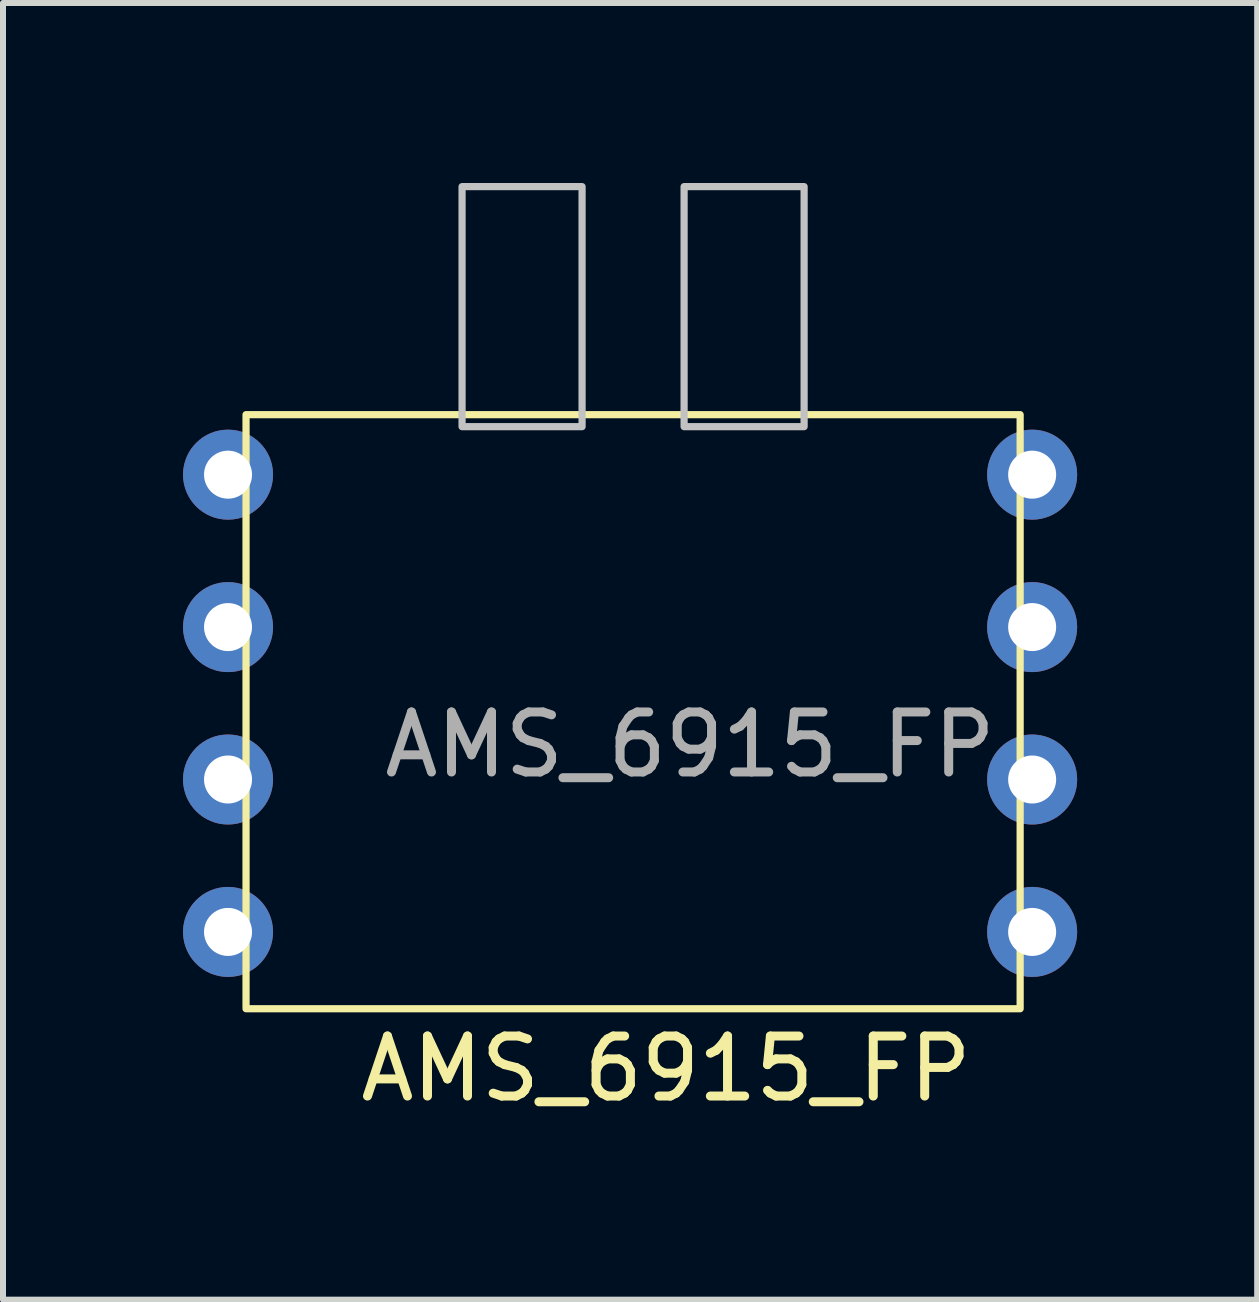
<source format=kicad_pcb>
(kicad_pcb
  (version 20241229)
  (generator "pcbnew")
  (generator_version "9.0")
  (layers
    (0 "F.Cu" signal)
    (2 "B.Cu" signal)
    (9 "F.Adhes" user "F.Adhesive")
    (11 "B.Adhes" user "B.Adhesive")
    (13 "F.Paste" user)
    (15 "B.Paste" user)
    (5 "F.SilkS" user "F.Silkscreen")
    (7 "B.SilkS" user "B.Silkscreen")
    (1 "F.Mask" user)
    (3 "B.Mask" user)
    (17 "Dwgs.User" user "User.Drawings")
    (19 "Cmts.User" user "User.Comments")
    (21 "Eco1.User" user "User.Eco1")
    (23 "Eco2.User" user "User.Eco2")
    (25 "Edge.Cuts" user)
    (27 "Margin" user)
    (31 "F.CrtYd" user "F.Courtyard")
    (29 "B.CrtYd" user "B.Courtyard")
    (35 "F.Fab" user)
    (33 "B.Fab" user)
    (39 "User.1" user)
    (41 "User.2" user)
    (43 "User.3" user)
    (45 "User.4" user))
  (footprint "AMS_6915_FP"
    (layer "F.Cu")
    (at 5.15 6.76)
    (property "Reference" "AMS_6915_FP" (at 2.9 8 0) (unlocked yes) (layer "F.SilkS") (effects (font (size 1 1) (thickness 0.15))))
    (attr through_hole)
    (fp_rect (start -4.1 -2.9) (end 8.8 7) (stroke (width 0.12) (type solid)) (fill no) (layer "F.SilkS"))
    (fp_rect (start -0.5 -2.7) (end 1.5 -6.7) (stroke (width 0.12) (type solid)) (fill no) (layer "Dwgs.User"))
    (fp_rect (start 3.2 -2.7) (end 5.2 -6.7) (stroke (width 0.12) (type solid)) (fill no) (layer "Dwgs.User"))
    (fp_line (start -1.4 -2.65) (end -1.4 6.65) (stroke (width 0.12) (type solid)) (layer "User.1"))
    (fp_line (start -1.4 6.65) (end 6.1 6.65) (stroke (width 0.12) (type solid)) (layer "User.1"))
    (fp_line (start 6.1 -2.65) (end -1.4 -2.65) (stroke (width 0.12) (type solid)) (layer "User.1"))
    (fp_line (start 6.1 6.65) (end 6.1 -2.65) (stroke (width 0.12) (type solid)) (layer "User.1"))
    (fp_text user "${REFERENCE}" (at 3.3 2.6 0) (unlocked yes) (layer "F.Fab") (effects (font (size 1 1) (thickness 0.15))))
    (pad "1" thru_hole circle (at -4.4 -1.9) (size 1.5 1.5) (drill 0.8) (layers "*.Cu" "*.Mask"))
    (pad "2" thru_hole circle (at -4.4 0.64) (size 1.5 1.5) (drill 0.8) (layers "*.Cu" "*.Mask"))
    (pad "3" thru_hole circle (at -4.4 3.18) (size 1.5 1.5) (drill 0.8) (layers "*.Cu" "*.Mask"))
    (pad "4" thru_hole circle (at -4.4 5.72) (size 1.5 1.5) (drill 0.8) (layers "*.Cu" "*.Mask"))
    (pad "5" thru_hole circle (at 9 5.72) (size 1.5 1.5) (drill 0.8) (layers "*.Cu" "*.Mask"))
    (pad "6" thru_hole circle (at 9 3.18) (size 1.5 1.5) (drill 0.8) (layers "*.Cu" "*.Mask"))
    (pad "7" thru_hole circle (at 9 0.64) (size 1.5 1.5) (drill 0.8) (layers "*.Cu" "*.Mask"))
    (pad "8" thru_hole circle (at 9 -1.9) (size 1.5 1.5) (drill 0.8) (layers "*.Cu" "*.Mask")))
  (gr_rect
    (start -3 -3)
    (end 17.9 18.608)
    (stroke (width 0.1) (type default))
    (fill no)
    (layer "Edge.Cuts")))
</source>
